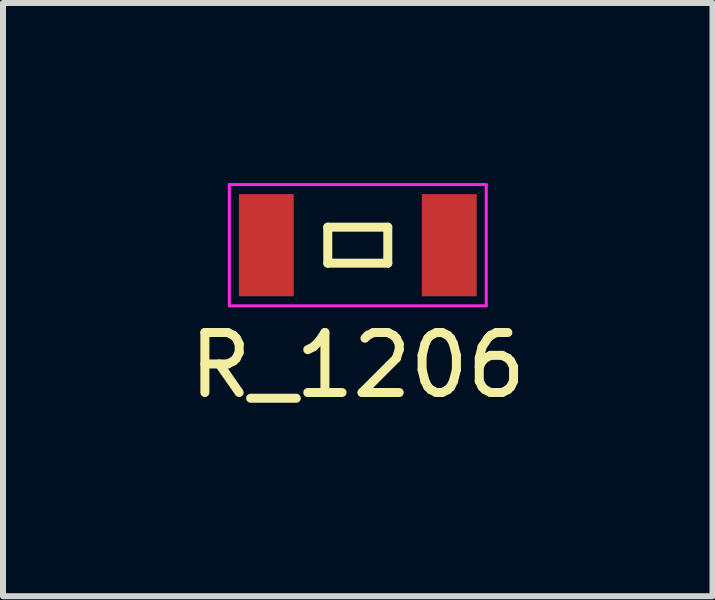
<source format=kicad_pcb>
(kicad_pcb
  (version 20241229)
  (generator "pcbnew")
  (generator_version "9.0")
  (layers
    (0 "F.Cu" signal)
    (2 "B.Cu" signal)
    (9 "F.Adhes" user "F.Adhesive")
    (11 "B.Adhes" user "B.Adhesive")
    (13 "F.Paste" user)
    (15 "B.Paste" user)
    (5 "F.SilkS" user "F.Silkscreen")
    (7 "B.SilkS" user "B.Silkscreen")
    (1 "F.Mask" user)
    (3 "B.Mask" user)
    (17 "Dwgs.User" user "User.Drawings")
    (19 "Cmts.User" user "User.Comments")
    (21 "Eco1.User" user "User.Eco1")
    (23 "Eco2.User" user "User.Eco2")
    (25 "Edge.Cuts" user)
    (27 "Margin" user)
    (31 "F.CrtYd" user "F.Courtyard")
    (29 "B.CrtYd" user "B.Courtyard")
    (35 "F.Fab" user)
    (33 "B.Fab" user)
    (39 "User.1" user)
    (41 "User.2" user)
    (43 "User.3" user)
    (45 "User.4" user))
  (footprint "R_1206"
    (layer "F.Cu")
    (at 2.911 1.035)
    (property "Reference" "R_1206" (at 0 2 0) (layer "F.SilkS") (effects (font (size 1 1) (thickness 0.15))))
    (attr smd)
    (fp_line (start -0.5 -0.3) (end -0.5 0.3) (stroke (width 0.15) (type solid)) (layer "F.SilkS"))
    (fp_line (start -0.5 -0.3) (end 0.5 -0.3) (stroke (width 0.15) (type solid)) (layer "F.SilkS"))
    (fp_line (start -0.5 0.3) (end 0.5 0.3) (stroke (width 0.15) (type solid)) (layer "F.SilkS"))
    (fp_line (start 0.5 -0.3) (end 0.5 0.3) (stroke (width 0.15) (type solid)) (layer "F.SilkS"))
    (fp_line (start -2.14 -1.01) (end -2.14 1.01) (stroke (width 0.05) (type solid)) (layer "F.CrtYd"))
    (fp_line (start -2.14 -1.01) (end 2.14 -1.01) (stroke (width 0.05) (type solid)) (layer "F.CrtYd"))
    (fp_line (start -2.14 1.01) (end 2.14 1.01) (stroke (width 0.05) (type solid)) (layer "F.CrtYd"))
    (fp_line (start 2.14 -1.01) (end 2.14 1.01) (stroke (width 0.05) (type solid)) (layer "F.CrtYd"))
    (pad "1" smd rect (at -1.524 0) (size 0.914 1.702) (layers "F.Cu" "F.Mask" "F.Paste"))
    (pad "2" smd rect (at 1.524 0) (size 0.914 1.702) (layers "F.Cu" "F.Mask" "F.Paste")))
  (gr_rect
    (start -3 -3)
    (end 8.821 6.883)
    (stroke (width 0.1) (type default))
    (fill no)
    (layer "Edge.Cuts")))
</source>
